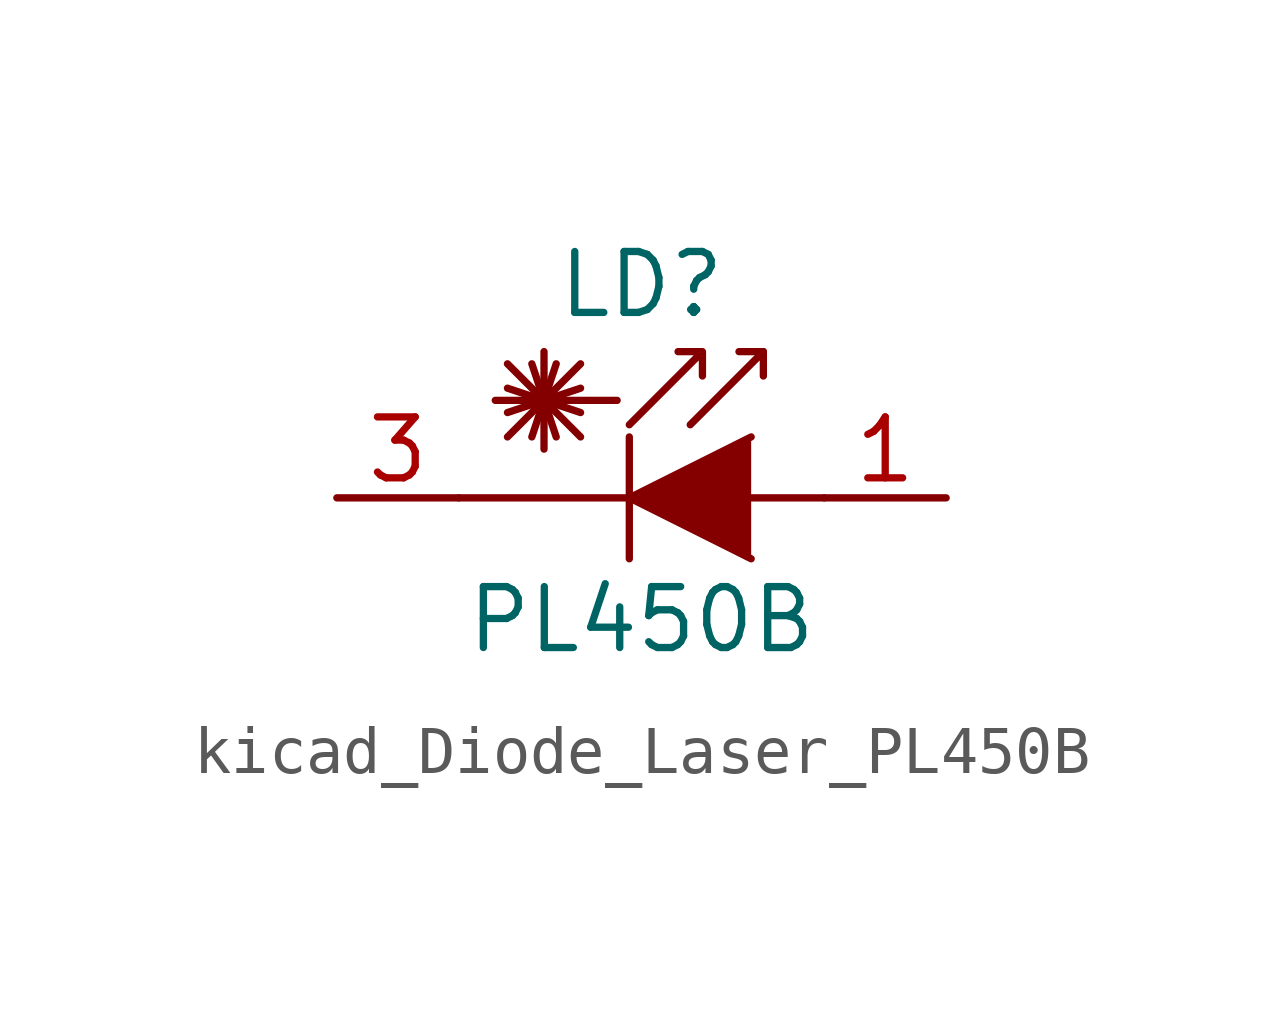
<source format=kicad_sym>
(kicad_symbol_lib
  (version 20220914)
  (generator kicad_symbol_editor)
  (symbol "kicad_Diode_Laser_PL450B"
    (pin_names
      (offset 1.016) hide)
    (property "Reference" "LD"
      (at -1.27 4.445 0)
      (effects (font (size 1.27 1.27))))
    (property "Value" "PL450B"
      (at -1.27 -2.54 0)
      (effects (font (size 1.27 1.27))))
    (symbol "kicad_Diode_Laser_PL450B_0_1"
      (polyline (pts (xy -4.064 1.27) (xy -2.54 2.794)) (stroke (width 0) (type default)) (fill (type none)))
      (polyline (pts (xy -4.064 1.778) (xy -2.54 2.286)) (stroke (width 0) (type default)) (fill (type none)))
      (polyline (pts (xy -4.064 2.286) (xy -2.54 1.778)) (stroke (width 0) (type default)) (fill (type none)))
      (polyline (pts (xy -4.064 2.794) (xy -2.54 1.27)) (stroke (width 0) (type default)) (fill (type none)))
      (polyline (pts (xy -3.556 2.794) (xy -3.048 1.27)) (stroke (width 0) (type default)) (fill (type none)))
      (polyline (pts (xy -3.302 2.032) (xy -3.302 1.016)) (stroke (width 0) (type default)) (fill (type none)))
      (polyline (pts (xy -3.302 2.032) (xy -3.302 3.048)) (stroke (width 0) (type default)) (fill (type none)))
      (polyline (pts (xy -3.048 2.794) (xy -3.556 1.27)) (stroke (width 0) (type default)) (fill (type none)))
      (polyline (pts (xy -1.778 2.032) (xy -4.318 2.032)) (stroke (width 0) (type default)) (fill (type none)))
      (polyline (pts (xy -1.524 1.27) (xy -1.524 -1.27)) (stroke (width 0.152) (type default)) (fill (type none)))
      (polyline (pts (xy 1.27 3.048) (xy 0.762 3.048)) (stroke (width 0) (type default)) (fill (type none)))
      (polyline (pts (xy 2.54 0) (xy -5.08 0)) (stroke (width 0) (type default)) (fill (type none)))
      (polyline (pts (xy -0.254 1.524) (xy 1.27 3.048) (xy 1.27 2.54)) (stroke (width 0) (type default)) (fill (type none)))
      (polyline (pts (xy 1.016 1.27) (xy -1.524 0) (xy 1.016 -1.27)) (stroke (width 0) (type default)) (fill (type outline)))
      (polyline (pts (xy -1.524 1.524) (xy 0 3.048) (xy 0 2.54) (xy 0 3.048) (xy -0.508 3.048)) (stroke (width 0) (type default)) (fill (type none))))
    (symbol "kicad_Diode_Laser_PL450B_1_1"
      (pin passive line (at 5.08 0 180) (length 2.54) (name "A" (effects (font (size 1.27 1.27)))) (number "1" (effects (font (size 1.27 1.27)))))
      (pin no_connect line (at -1.27 0 0) (length 2.54) hide (name "NC" (effects (font (size 1.27 1.27)))) (number "2" (effects (font (size 1.27 1.27)))))
      (pin passive line (at -7.62 0 0) (length 2.54) (name "C" (effects (font (size 1.27 1.27)))) (number "3" (effects (font (size 1.27 1.27))))))))
</source>
